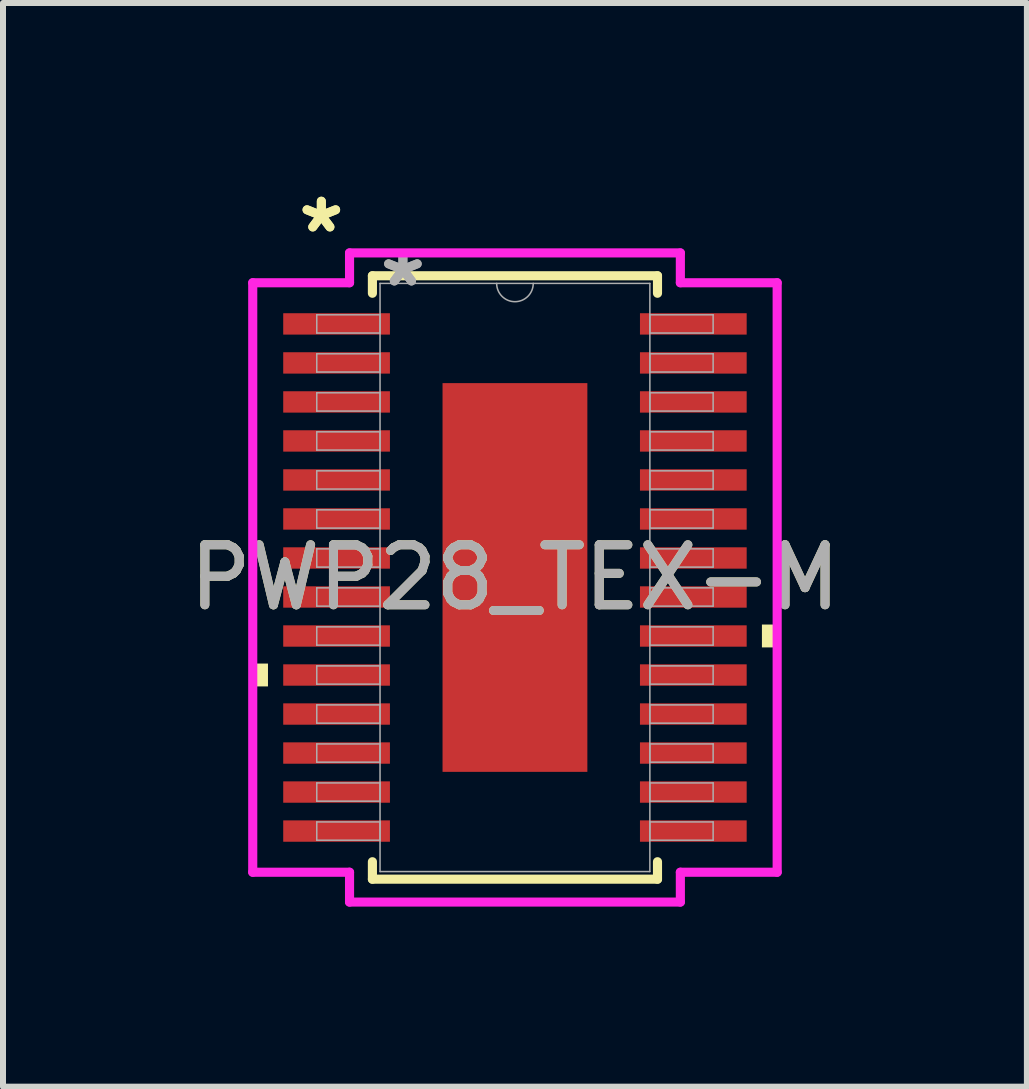
<source format=kicad_pcb>
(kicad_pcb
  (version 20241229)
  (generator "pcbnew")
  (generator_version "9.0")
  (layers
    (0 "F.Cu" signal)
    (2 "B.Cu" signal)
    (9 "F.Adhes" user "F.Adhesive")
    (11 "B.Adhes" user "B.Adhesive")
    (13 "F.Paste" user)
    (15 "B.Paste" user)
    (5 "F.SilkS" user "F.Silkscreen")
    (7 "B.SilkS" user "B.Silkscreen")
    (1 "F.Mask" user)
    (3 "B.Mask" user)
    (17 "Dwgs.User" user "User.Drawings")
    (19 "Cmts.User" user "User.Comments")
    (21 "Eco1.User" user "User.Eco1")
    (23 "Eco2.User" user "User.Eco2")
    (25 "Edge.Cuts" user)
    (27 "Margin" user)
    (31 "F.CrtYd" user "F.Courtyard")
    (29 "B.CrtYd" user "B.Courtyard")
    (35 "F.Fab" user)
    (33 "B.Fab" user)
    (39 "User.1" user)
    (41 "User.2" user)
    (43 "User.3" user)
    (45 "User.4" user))
  (footprint "PWP28_TEX-M"
    (layer "F.Cu")
    (at 5.53 6.572)
    (property "Reference" "PWP28_TEX-M" (at 0 0 0) (unlocked yes) (layer "F.SilkS") (effects (font (size 1 1) (thickness 0.15))))
    (attr smd)
    (fp_line (start -2.375 -5.027) (end -2.375 -4.736) (stroke (width 0.152) (type solid)) (layer "F.SilkS"))
    (fp_line (start -2.375 4.736) (end -2.375 5.027) (stroke (width 0.152) (type solid)) (layer "F.SilkS"))
    (fp_line (start -2.375 5.027) (end 2.375 5.027) (stroke (width 0.152) (type solid)) (layer "F.SilkS"))
    (fp_line (start 2.375 -5.027) (end -2.375 -5.027) (stroke (width 0.152) (type solid)) (layer "F.SilkS"))
    (fp_line (start 2.375 -4.736) (end 2.375 -5.027) (stroke (width 0.152) (type solid)) (layer "F.SilkS"))
    (fp_line (start 2.375 5.027) (end 2.375 4.736) (stroke (width 0.152) (type solid)) (layer "F.SilkS"))
    (fp_poly (pts (xy -4.369 1.434) (xy -4.369 1.815) (xy -4.115 1.815) (xy -4.115 1.434)) (stroke (width 0) (type solid)) (fill yes) (layer "F.SilkS"))
    (fp_poly (pts (xy 4.369 0.784) (xy 4.369 1.165) (xy 4.115 1.165) (xy 4.115 0.784)) (stroke (width 0) (type solid)) (fill yes) (layer "F.SilkS"))
    (fp_poly (pts (xy -1.107 -3.139) (xy -1.107 -2.043) (xy 1.107 -2.043) (xy 1.107 -3.139)) (stroke (width 0) (type solid)) (fill yes) (layer "F.Paste"))
    (fp_poly (pts (xy -1.107 -1.843) (xy -1.107 -0.748) (xy 1.107 -0.748) (xy 1.107 -1.843)) (stroke (width 0) (type solid)) (fill yes) (layer "F.Paste"))
    (fp_poly (pts (xy -1.107 -0.548) (xy -1.107 0.548) (xy 1.107 0.548) (xy 1.107 -0.548)) (stroke (width 0) (type solid)) (fill yes) (layer "F.Paste"))
    (fp_poly (pts (xy -1.107 0.748) (xy -1.107 1.843) (xy 1.107 1.843) (xy 1.107 0.748)) (stroke (width 0) (type solid)) (fill yes) (layer "F.Paste"))
    (fp_poly (pts (xy -1.107 2.043) (xy -1.107 3.139) (xy 1.107 3.139) (xy 1.107 2.043)) (stroke (width 0) (type solid)) (fill yes) (layer "F.Paste"))
    (fp_line (start -4.369 -4.911) (end -2.756 -4.911) (stroke (width 0.152) (type solid)) (layer "F.CrtYd"))
    (fp_line (start -4.369 4.911) (end -4.369 -4.911) (stroke (width 0.152) (type solid)) (layer "F.CrtYd"))
    (fp_line (start -4.369 4.911) (end -2.756 4.911) (stroke (width 0.152) (type solid)) (layer "F.CrtYd"))
    (fp_line (start -2.756 -5.408) (end 2.756 -5.408) (stroke (width 0.152) (type solid)) (layer "F.CrtYd"))
    (fp_line (start -2.756 -4.911) (end -2.756 -5.408) (stroke (width 0.152) (type solid)) (layer "F.CrtYd"))
    (fp_line (start -2.756 5.408) (end -2.756 4.911) (stroke (width 0.152) (type solid)) (layer "F.CrtYd"))
    (fp_line (start 2.756 -5.408) (end 2.756 -4.911) (stroke (width 0.152) (type solid)) (layer "F.CrtYd"))
    (fp_line (start 2.756 4.911) (end 2.756 5.408) (stroke (width 0.152) (type solid)) (layer "F.CrtYd"))
    (fp_line (start 2.756 5.408) (end -2.756 5.408) (stroke (width 0.152) (type solid)) (layer "F.CrtYd"))
    (fp_line (start 4.369 -4.911) (end 2.756 -4.911) (stroke (width 0.152) (type solid)) (layer "F.CrtYd"))
    (fp_line (start 4.369 -4.911) (end 4.369 4.911) (stroke (width 0.152) (type solid)) (layer "F.CrtYd"))
    (fp_line (start 4.369 4.911) (end 2.756 4.911) (stroke (width 0.152) (type solid)) (layer "F.CrtYd"))
    (fp_line (start -3.302 -4.377) (end -3.302 -4.073) (stroke (width 0.025) (type solid)) (layer "F.Fab"))
    (fp_line (start -3.302 -4.073) (end -2.248 -4.073) (stroke (width 0.025) (type solid)) (layer "F.Fab"))
    (fp_line (start -3.302 -3.727) (end -3.302 -3.423) (stroke (width 0.025) (type solid)) (layer "F.Fab"))
    (fp_line (start -3.302 -3.423) (end -2.248 -3.423) (stroke (width 0.025) (type solid)) (layer "F.Fab"))
    (fp_line (start -3.302 -3.077) (end -3.302 -2.773) (stroke (width 0.025) (type solid)) (layer "F.Fab"))
    (fp_line (start -3.302 -2.773) (end -2.248 -2.773) (stroke (width 0.025) (type solid)) (layer "F.Fab"))
    (fp_line (start -3.302 -2.427) (end -3.302 -2.123) (stroke (width 0.025) (type solid)) (layer "F.Fab"))
    (fp_line (start -3.302 -2.123) (end -2.248 -2.123) (stroke (width 0.025) (type solid)) (layer "F.Fab"))
    (fp_line (start -3.302 -1.777) (end -3.302 -1.473) (stroke (width 0.025) (type solid)) (layer "F.Fab"))
    (fp_line (start -3.302 -1.473) (end -2.248 -1.473) (stroke (width 0.025) (type solid)) (layer "F.Fab"))
    (fp_line (start -3.302 -1.127) (end -3.302 -0.823) (stroke (width 0.025) (type solid)) (layer "F.Fab"))
    (fp_line (start -3.302 -0.823) (end -2.248 -0.823) (stroke (width 0.025) (type solid)) (layer "F.Fab"))
    (fp_line (start -3.302 -0.477) (end -3.302 -0.173) (stroke (width 0.025) (type solid)) (layer "F.Fab"))
    (fp_line (start -3.302 -0.173) (end -2.248 -0.173) (stroke (width 0.025) (type solid)) (layer "F.Fab"))
    (fp_line (start -3.302 0.173) (end -3.302 0.477) (stroke (width 0.025) (type solid)) (layer "F.Fab"))
    (fp_line (start -3.302 0.477) (end -2.248 0.477) (stroke (width 0.025) (type solid)) (layer "F.Fab"))
    (fp_line (start -3.302 0.823) (end -3.302 1.127) (stroke (width 0.025) (type solid)) (layer "F.Fab"))
    (fp_line (start -3.302 1.127) (end -2.248 1.127) (stroke (width 0.025) (type solid)) (layer "F.Fab"))
    (fp_line (start -3.302 1.473) (end -3.302 1.777) (stroke (width 0.025) (type solid)) (layer "F.Fab"))
    (fp_line (start -3.302 1.777) (end -2.248 1.777) (stroke (width 0.025) (type solid)) (layer "F.Fab"))
    (fp_line (start -3.302 2.123) (end -3.302 2.427) (stroke (width 0.025) (type solid)) (layer "F.Fab"))
    (fp_line (start -3.302 2.427) (end -2.248 2.427) (stroke (width 0.025) (type solid)) (layer "F.Fab"))
    (fp_line (start -3.302 2.773) (end -3.302 3.077) (stroke (width 0.025) (type solid)) (layer "F.Fab"))
    (fp_line (start -3.302 3.077) (end -2.248 3.077) (stroke (width 0.025) (type solid)) (layer "F.Fab"))
    (fp_line (start -3.302 3.423) (end -3.302 3.727) (stroke (width 0.025) (type solid)) (layer "F.Fab"))
    (fp_line (start -3.302 3.727) (end -2.248 3.727) (stroke (width 0.025) (type solid)) (layer "F.Fab"))
    (fp_line (start -3.302 4.073) (end -3.302 4.377) (stroke (width 0.025) (type solid)) (layer "F.Fab"))
    (fp_line (start -3.302 4.377) (end -2.248 4.377) (stroke (width 0.025) (type solid)) (layer "F.Fab"))
    (fp_line (start -2.248 -4.9) (end -2.248 4.9) (stroke (width 0.025) (type solid)) (layer "F.Fab"))
    (fp_line (start -2.248 -4.377) (end -3.302 -4.377) (stroke (width 0.025) (type solid)) (layer "F.Fab"))
    (fp_line (start -2.248 -4.073) (end -2.248 -4.377) (stroke (width 0.025) (type solid)) (layer "F.Fab"))
    (fp_line (start -2.248 -3.727) (end -3.302 -3.727) (stroke (width 0.025) (type solid)) (layer "F.Fab"))
    (fp_line (start -2.248 -3.423) (end -2.248 -3.727) (stroke (width 0.025) (type solid)) (layer "F.Fab"))
    (fp_line (start -2.248 -3.077) (end -3.302 -3.077) (stroke (width 0.025) (type solid)) (layer "F.Fab"))
    (fp_line (start -2.248 -2.773) (end -2.248 -3.077) (stroke (width 0.025) (type solid)) (layer "F.Fab"))
    (fp_line (start -2.248 -2.427) (end -3.302 -2.427) (stroke (width 0.025) (type solid)) (layer "F.Fab"))
    (fp_line (start -2.248 -2.123) (end -2.248 -2.427) (stroke (width 0.025) (type solid)) (layer "F.Fab"))
    (fp_line (start -2.248 -1.777) (end -3.302 -1.777) (stroke (width 0.025) (type solid)) (layer "F.Fab"))
    (fp_line (start -2.248 -1.473) (end -2.248 -1.777) (stroke (width 0.025) (type solid)) (layer "F.Fab"))
    (fp_line (start -2.248 -1.127) (end -3.302 -1.127) (stroke (width 0.025) (type solid)) (layer "F.Fab"))
    (fp_line (start -2.248 -0.823) (end -2.248 -1.127) (stroke (width 0.025) (type solid)) (layer "F.Fab"))
    (fp_line (start -2.248 -0.477) (end -3.302 -0.477) (stroke (width 0.025) (type solid)) (layer "F.Fab"))
    (fp_line (start -2.248 -0.173) (end -2.248 -0.477) (stroke (width 0.025) (type solid)) (layer "F.Fab"))
    (fp_line (start -2.248 0.173) (end -3.302 0.173) (stroke (width 0.025) (type solid)) (layer "F.Fab"))
    (fp_line (start -2.248 0.477) (end -2.248 0.173) (stroke (width 0.025) (type solid)) (layer "F.Fab"))
    (fp_line (start -2.248 0.823) (end -3.302 0.823) (stroke (width 0.025) (type solid)) (layer "F.Fab"))
    (fp_line (start -2.248 1.127) (end -2.248 0.823) (stroke (width 0.025) (type solid)) (layer "F.Fab"))
    (fp_line (start -2.248 1.473) (end -3.302 1.473) (stroke (width 0.025) (type solid)) (layer "F.Fab"))
    (fp_line (start -2.248 1.777) (end -2.248 1.473) (stroke (width 0.025) (type solid)) (layer "F.Fab"))
    (fp_line (start -2.248 2.123) (end -3.302 2.123) (stroke (width 0.025) (type solid)) (layer "F.Fab"))
    (fp_line (start -2.248 2.427) (end -2.248 2.123) (stroke (width 0.025) (type solid)) (layer "F.Fab"))
    (fp_line (start -2.248 2.773) (end -3.302 2.773) (stroke (width 0.025) (type solid)) (layer "F.Fab"))
    (fp_line (start -2.248 3.077) (end -2.248 2.773) (stroke (width 0.025) (type solid)) (layer "F.Fab"))
    (fp_line (start -2.248 3.423) (end -3.302 3.423) (stroke (width 0.025) (type solid)) (layer "F.Fab"))
    (fp_line (start -2.248 3.727) (end -2.248 3.423) (stroke (width 0.025) (type solid)) (layer "F.Fab"))
    (fp_line (start -2.248 4.073) (end -3.302 4.073) (stroke (width 0.025) (type solid)) (layer "F.Fab"))
    (fp_line (start -2.248 4.377) (end -2.248 4.073) (stroke (width 0.025) (type solid)) (layer "F.Fab"))
    (fp_line (start -2.248 4.9) (end 2.248 4.9) (stroke (width 0.025) (type solid)) (layer "F.Fab"))
    (fp_line (start 2.248 -4.9) (end -2.248 -4.9) (stroke (width 0.025) (type solid)) (layer "F.Fab"))
    (fp_line (start 2.248 -4.377) (end 2.248 -4.073) (stroke (width 0.025) (type solid)) (layer "F.Fab"))
    (fp_line (start 2.248 -4.073) (end 3.302 -4.073) (stroke (width 0.025) (type solid)) (layer "F.Fab"))
    (fp_line (start 2.248 -3.727) (end 2.248 -3.423) (stroke (width 0.025) (type solid)) (layer "F.Fab"))
    (fp_line (start 2.248 -3.423) (end 3.302 -3.423) (stroke (width 0.025) (type solid)) (layer "F.Fab"))
    (fp_line (start 2.248 -3.077) (end 2.248 -2.773) (stroke (width 0.025) (type solid)) (layer "F.Fab"))
    (fp_line (start 2.248 -2.773) (end 3.302 -2.773) (stroke (width 0.025) (type solid)) (layer "F.Fab"))
    (fp_line (start 2.248 -2.427) (end 2.248 -2.123) (stroke (width 0.025) (type solid)) (layer "F.Fab"))
    (fp_line (start 2.248 -2.123) (end 3.302 -2.123) (stroke (width 0.025) (type solid)) (layer "F.Fab"))
    (fp_line (start 2.248 -1.777) (end 2.248 -1.473) (stroke (width 0.025) (type solid)) (layer "F.Fab"))
    (fp_line (start 2.248 -1.473) (end 3.302 -1.473) (stroke (width 0.025) (type solid)) (layer "F.Fab"))
    (fp_line (start 2.248 -1.127) (end 2.248 -0.823) (stroke (width 0.025) (type solid)) (layer "F.Fab"))
    (fp_line (start 2.248 -0.823) (end 3.302 -0.823) (stroke (width 0.025) (type solid)) (layer "F.Fab"))
    (fp_line (start 2.248 -0.477) (end 2.248 -0.173) (stroke (width 0.025) (type solid)) (layer "F.Fab"))
    (fp_line (start 2.248 -0.173) (end 3.302 -0.173) (stroke (width 0.025) (type solid)) (layer "F.Fab"))
    (fp_line (start 2.248 0.173) (end 2.248 0.477) (stroke (width 0.025) (type solid)) (layer "F.Fab"))
    (fp_line (start 2.248 0.477) (end 3.302 0.477) (stroke (width 0.025) (type solid)) (layer "F.Fab"))
    (fp_line (start 2.248 0.823) (end 2.248 1.127) (stroke (width 0.025) (type solid)) (layer "F.Fab"))
    (fp_line (start 2.248 1.127) (end 3.302 1.127) (stroke (width 0.025) (type solid)) (layer "F.Fab"))
    (fp_line (start 2.248 1.473) (end 2.248 1.777) (stroke (width 0.025) (type solid)) (layer "F.Fab"))
    (fp_line (start 2.248 1.777) (end 3.302 1.777) (stroke (width 0.025) (type solid)) (layer "F.Fab"))
    (fp_line (start 2.248 2.123) (end 2.248 2.427) (stroke (width 0.025) (type solid)) (layer "F.Fab"))
    (fp_line (start 2.248 2.427) (end 3.302 2.427) (stroke (width 0.025) (type solid)) (layer "F.Fab"))
    (fp_line (start 2.248 2.773) (end 2.248 3.077) (stroke (width 0.025) (type solid)) (layer "F.Fab"))
    (fp_line (start 2.248 3.077) (end 3.302 3.077) (stroke (width 0.025) (type solid)) (layer "F.Fab"))
    (fp_line (start 2.248 3.423) (end 2.248 3.727) (stroke (width 0.025) (type solid)) (layer "F.Fab"))
    (fp_line (start 2.248 3.727) (end 3.302 3.727) (stroke (width 0.025) (type solid)) (layer "F.Fab"))
    (fp_line (start 2.248 4.073) (end 2.248 4.377) (stroke (width 0.025) (type solid)) (layer "F.Fab"))
    (fp_line (start 2.248 4.377) (end 3.302 4.377) (stroke (width 0.025) (type solid)) (layer "F.Fab"))
    (fp_line (start 2.248 4.9) (end 2.248 -4.9) (stroke (width 0.025) (type solid)) (layer "F.Fab"))
    (fp_line (start 3.302 -4.377) (end 2.248 -4.377) (stroke (width 0.025) (type solid)) (layer "F.Fab"))
    (fp_line (start 3.302 -4.073) (end 3.302 -4.377) (stroke (width 0.025) (type solid)) (layer "F.Fab"))
    (fp_line (start 3.302 -3.727) (end 2.248 -3.727) (stroke (width 0.025) (type solid)) (layer "F.Fab"))
    (fp_line (start 3.302 -3.423) (end 3.302 -3.727) (stroke (width 0.025) (type solid)) (layer "F.Fab"))
    (fp_line (start 3.302 -3.077) (end 2.248 -3.077) (stroke (width 0.025) (type solid)) (layer "F.Fab"))
    (fp_line (start 3.302 -2.773) (end 3.302 -3.077) (stroke (width 0.025) (type solid)) (layer "F.Fab"))
    (fp_line (start 3.302 -2.427) (end 2.248 -2.427) (stroke (width 0.025) (type solid)) (layer "F.Fab"))
    (fp_line (start 3.302 -2.123) (end 3.302 -2.427) (stroke (width 0.025) (type solid)) (layer "F.Fab"))
    (fp_line (start 3.302 -1.777) (end 2.248 -1.777) (stroke (width 0.025) (type solid)) (layer "F.Fab"))
    (fp_line (start 3.302 -1.473) (end 3.302 -1.777) (stroke (width 0.025) (type solid)) (layer "F.Fab"))
    (fp_line (start 3.302 -1.127) (end 2.248 -1.127) (stroke (width 0.025) (type solid)) (layer "F.Fab"))
    (fp_line (start 3.302 -0.823) (end 3.302 -1.127) (stroke (width 0.025) (type solid)) (layer "F.Fab"))
    (fp_line (start 3.302 -0.477) (end 2.248 -0.477) (stroke (width 0.025) (type solid)) (layer "F.Fab"))
    (fp_line (start 3.302 -0.173) (end 3.302 -0.477) (stroke (width 0.025) (type solid)) (layer "F.Fab"))
    (fp_line (start 3.302 0.173) (end 2.248 0.173) (stroke (width 0.025) (type solid)) (layer "F.Fab"))
    (fp_line (start 3.302 0.477) (end 3.302 0.173) (stroke (width 0.025) (type solid)) (layer "F.Fab"))
    (fp_line (start 3.302 0.823) (end 2.248 0.823) (stroke (width 0.025) (type solid)) (layer "F.Fab"))
    (fp_line (start 3.302 1.127) (end 3.302 0.823) (stroke (width 0.025) (type solid)) (layer "F.Fab"))
    (fp_line (start 3.302 1.473) (end 2.248 1.473) (stroke (width 0.025) (type solid)) (layer "F.Fab"))
    (fp_line (start 3.302 1.777) (end 3.302 1.473) (stroke (width 0.025) (type solid)) (layer "F.Fab"))
    (fp_line (start 3.302 2.123) (end 2.248 2.123) (stroke (width 0.025) (type solid)) (layer "F.Fab"))
    (fp_line (start 3.302 2.427) (end 3.302 2.123) (stroke (width 0.025) (type solid)) (layer "F.Fab"))
    (fp_line (start 3.302 2.773) (end 2.248 2.773) (stroke (width 0.025) (type solid)) (layer "F.Fab"))
    (fp_line (start 3.302 3.077) (end 3.302 2.773) (stroke (width 0.025) (type solid)) (layer "F.Fab"))
    (fp_line (start 3.302 3.423) (end 2.248 3.423) (stroke (width 0.025) (type solid)) (layer "F.Fab"))
    (fp_line (start 3.302 3.727) (end 3.302 3.423) (stroke (width 0.025) (type solid)) (layer "F.Fab"))
    (fp_line (start 3.302 4.073) (end 2.248 4.073) (stroke (width 0.025) (type solid)) (layer "F.Fab"))
    (fp_line (start 3.302 4.377) (end 3.302 4.073) (stroke (width 0.025) (type solid)) (layer "F.Fab"))
    (fp_arc (start 0.3048 -4.900001) (mid 0 -4.595201) (end -0.3048 -4.900001) (stroke (width 0.0254) (type solid)) (layer "F.Fab"))
    (fp_text user "*" (at -3.226 -5.724 0) (unlocked yes) (layer "F.SilkS") (effects (font (size 1 1) (thickness 0.15))))
    (fp_text user "*" (at -3.226 -5.724 0) (layer "F.SilkS") (effects (font (size 1 1) (thickness 0.15))))
    (fp_text user "*" (at -1.867 -4.824 0) (layer "F.Fab") (effects (font (size 1 1) (thickness 0.15))))
    (fp_text user "*" (at -1.867 -4.824 0) (unlocked yes) (layer "F.Fab") (effects (font (size 1 1) (thickness 0.15))))
    (fp_text user "${REFERENCE}" (at 0 0 0) (unlocked yes) (layer "F.Fab") (effects (font (size 1 1) (thickness 0.15))))
    (pad "1" smd rect (at -2.972 -4.225) (size 1.778 0.356) (layers "F.Cu" "F.Mask" "F.Paste"))
    (pad "2" smd rect (at -2.972 -3.575) (size 1.778 0.356) (layers "F.Cu" "F.Mask" "F.Paste"))
    (pad "3" smd rect (at -2.972 -2.925) (size 1.778 0.356) (layers "F.Cu" "F.Mask" "F.Paste"))
    (pad "4" smd rect (at -2.972 -2.275) (size 1.778 0.356) (layers "F.Cu" "F.Mask" "F.Paste"))
    (pad "5" smd rect (at -2.972 -1.625) (size 1.778 0.356) (layers "F.Cu" "F.Mask" "F.Paste"))
    (pad "6" smd rect (at -2.972 -0.975) (size 1.778 0.356) (layers "F.Cu" "F.Mask" "F.Paste"))
    (pad "7" smd rect (at -2.972 -0.325) (size 1.778 0.356) (layers "F.Cu" "F.Mask" "F.Paste"))
    (pad "8" smd rect (at -2.972 0.325) (size 1.778 0.356) (layers "F.Cu" "F.Mask" "F.Paste"))
    (pad "9" smd rect (at -2.972 0.975) (size 1.778 0.356) (layers "F.Cu" "F.Mask" "F.Paste"))
    (pad "10" smd rect (at -2.972 1.625) (size 1.778 0.356) (layers "F.Cu" "F.Mask" "F.Paste"))
    (pad "11" smd rect (at -2.972 2.275) (size 1.778 0.356) (layers "F.Cu" "F.Mask" "F.Paste"))
    (pad "12" smd rect (at -2.972 2.925) (size 1.778 0.356) (layers "F.Cu" "F.Mask" "F.Paste"))
    (pad "13" smd rect (at -2.972 3.575) (size 1.778 0.356) (layers "F.Cu" "F.Mask" "F.Paste"))
    (pad "14" smd rect (at -2.972 4.225) (size 1.778 0.356) (layers "F.Cu" "F.Mask" "F.Paste"))
    (pad "15" smd rect (at 2.972 4.225) (size 1.778 0.356) (layers "F.Cu" "F.Mask" "F.Paste"))
    (pad "16" smd rect (at 2.972 3.575) (size 1.778 0.356) (layers "F.Cu" "F.Mask" "F.Paste"))
    (pad "17" smd rect (at 2.972 2.925) (size 1.778 0.356) (layers "F.Cu" "F.Mask" "F.Paste"))
    (pad "18" smd rect (at 2.972 2.275) (size 1.778 0.356) (layers "F.Cu" "F.Mask" "F.Paste"))
    (pad "19" smd rect (at 2.972 1.625) (size 1.778 0.356) (layers "F.Cu" "F.Mask" "F.Paste"))
    (pad "20" smd rect (at 2.972 0.975) (size 1.778 0.356) (layers "F.Cu" "F.Mask" "F.Paste"))
    (pad "21" smd rect (at 2.972 0.325) (size 1.778 0.356) (layers "F.Cu" "F.Mask" "F.Paste"))
    (pad "22" smd rect (at 2.972 -0.325) (size 1.778 0.356) (layers "F.Cu" "F.Mask" "F.Paste"))
    (pad "23" smd rect (at 2.972 -0.975) (size 1.778 0.356) (layers "F.Cu" "F.Mask" "F.Paste"))
    (pad "24" smd rect (at 2.972 -1.625) (size 1.778 0.356) (layers "F.Cu" "F.Mask" "F.Paste"))
    (pad "25" smd rect (at 2.972 -2.275) (size 1.778 0.356) (layers "F.Cu" "F.Mask" "F.Paste"))
    (pad "26" smd rect (at 2.972 -2.925) (size 1.778 0.356) (layers "F.Cu" "F.Mask" "F.Paste"))
    (pad "27" smd rect (at 2.972 -3.575) (size 1.778 0.356) (layers "F.Cu" "F.Mask" "F.Paste"))
    (pad "28" smd rect (at 2.972 -4.225) (size 1.778 0.356) (layers "F.Cu" "F.Mask" "F.Paste"))
    (pad "EPAD" smd rect (at 0 0) (size 2.413 6.477) (layers "F.Cu" "F.Mask")))
  (gr_rect
    (start -3 -3)
    (end 14.06 15.056)
    (stroke (width 0.1) (type default))
    (fill no)
    (layer "Edge.Cuts")))
</source>
